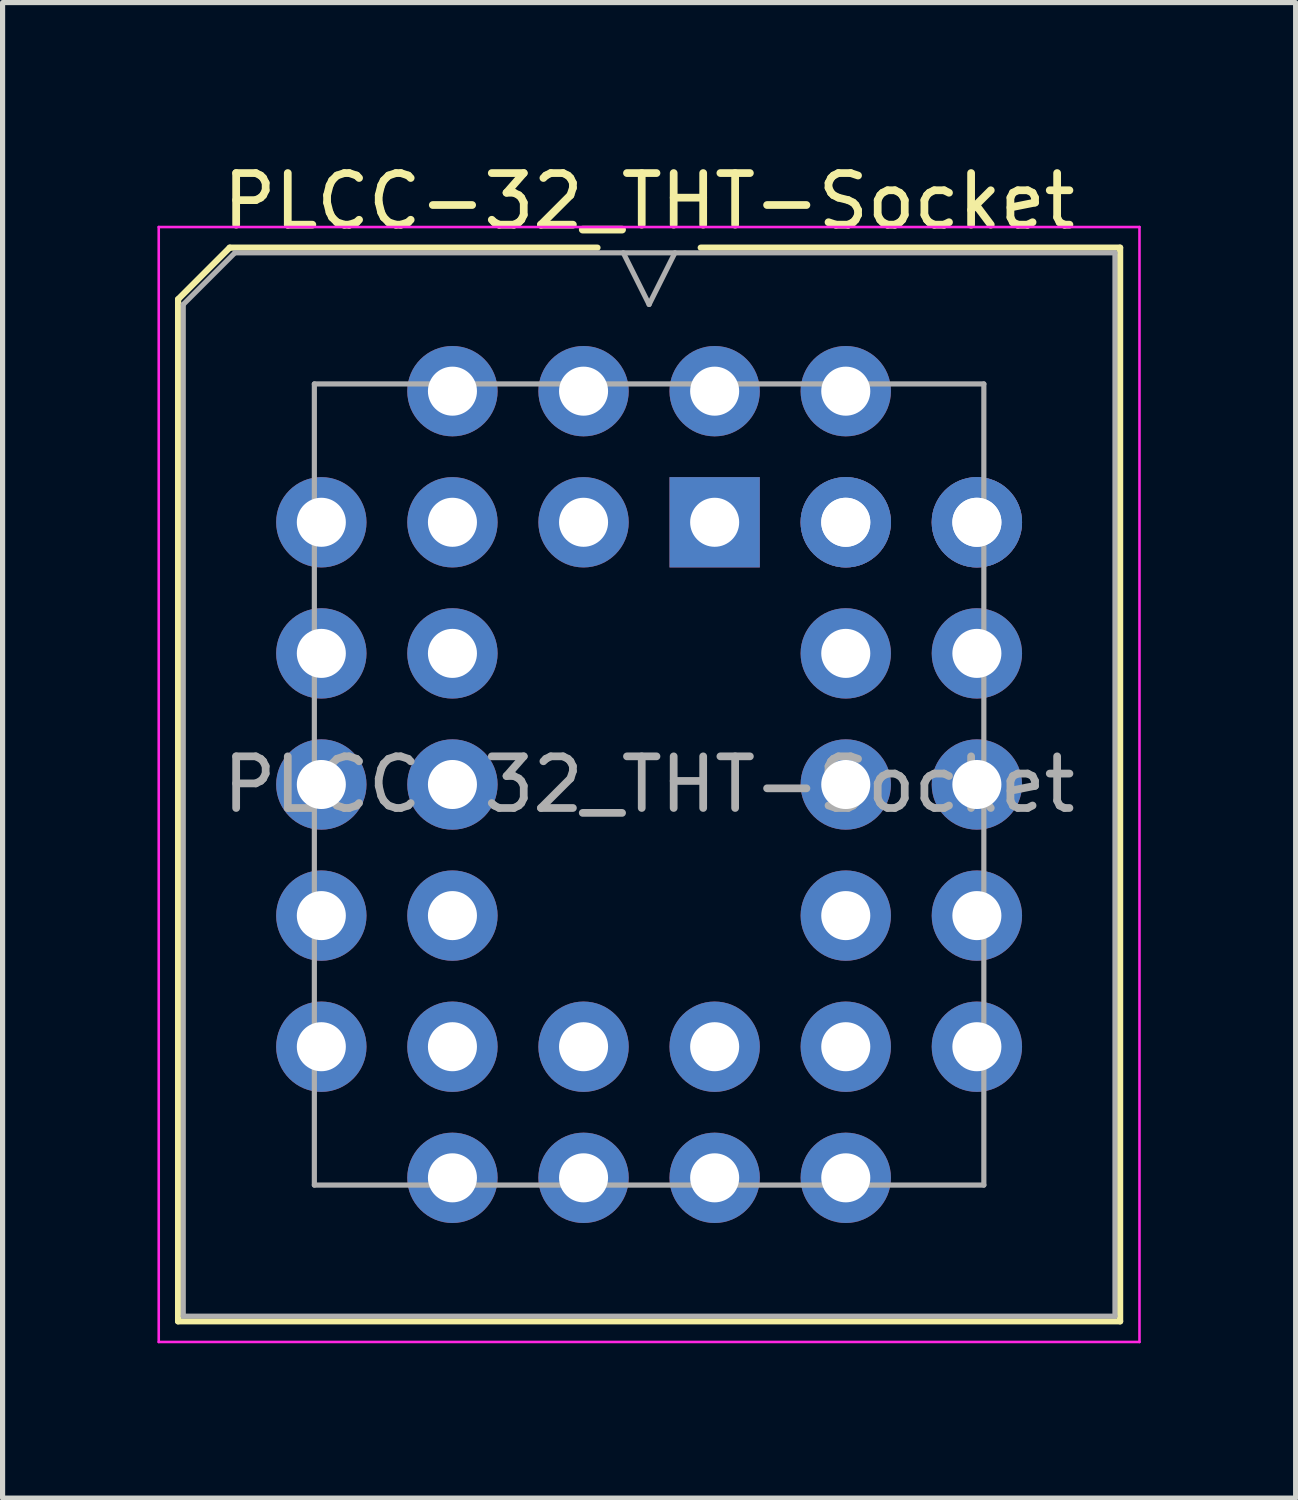
<source format=kicad_pcb>
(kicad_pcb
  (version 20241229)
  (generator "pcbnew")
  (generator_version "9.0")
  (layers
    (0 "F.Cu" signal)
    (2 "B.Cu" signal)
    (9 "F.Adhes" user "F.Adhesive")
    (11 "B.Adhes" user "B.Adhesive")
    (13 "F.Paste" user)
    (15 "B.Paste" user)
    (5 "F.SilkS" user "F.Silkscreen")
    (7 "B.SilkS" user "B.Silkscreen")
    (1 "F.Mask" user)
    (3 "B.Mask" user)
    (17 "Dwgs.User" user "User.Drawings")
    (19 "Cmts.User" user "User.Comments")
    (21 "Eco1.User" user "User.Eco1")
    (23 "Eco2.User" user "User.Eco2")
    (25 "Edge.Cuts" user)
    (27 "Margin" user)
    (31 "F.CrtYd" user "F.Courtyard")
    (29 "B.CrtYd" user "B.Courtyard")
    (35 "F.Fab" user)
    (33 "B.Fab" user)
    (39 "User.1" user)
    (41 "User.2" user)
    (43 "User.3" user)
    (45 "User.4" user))
  (footprint "PLCC-32_THT-Socket"
    (layer "F.Cu")
    (at 10.795 7.068)
    (property "Reference" "PLCC-32_THT-Socket" (at -1.27 -6.22 0) (layer "F.SilkS") (effects (font (size 1 1) (thickness 0.15))))
    (attr through_hole)
    (fp_line (start -10.395 -4.32) (end -10.395 15.48) (stroke (width 0.12) (type solid)) (layer "F.SilkS"))
    (fp_line (start -10.395 15.48) (end 7.855 15.48) (stroke (width 0.12) (type solid)) (layer "F.SilkS"))
    (fp_line (start -9.395 -5.32) (end -10.395 -4.32) (stroke (width 0.12) (type solid)) (layer "F.SilkS"))
    (fp_line (start -2.27 -5.32) (end -9.395 -5.32) (stroke (width 0.12) (type solid)) (layer "F.SilkS"))
    (fp_line (start 7.855 -5.32) (end -0.27 -5.32) (stroke (width 0.12) (type solid)) (layer "F.SilkS"))
    (fp_line (start 7.855 15.48) (end 7.855 -5.32) (stroke (width 0.12) (type solid)) (layer "F.SilkS"))
    (fp_line (start -10.77 -5.72) (end -10.77 15.88) (stroke (width 0.05) (type solid)) (layer "F.CrtYd"))
    (fp_line (start -10.77 15.88) (end 8.23 15.88) (stroke (width 0.05) (type solid)) (layer "F.CrtYd"))
    (fp_line (start 8.23 -5.72) (end -10.77 -5.72) (stroke (width 0.05) (type solid)) (layer "F.CrtYd"))
    (fp_line (start 8.23 15.88) (end 8.23 -5.72) (stroke (width 0.05) (type solid)) (layer "F.CrtYd"))
    (fp_line (start -10.295 -4.22) (end -10.295 15.38) (stroke (width 0.1) (type solid)) (layer "F.Fab"))
    (fp_line (start -10.295 15.38) (end 7.755 15.38) (stroke (width 0.1) (type solid)) (layer "F.Fab"))
    (fp_line (start -9.295 -5.22) (end -10.295 -4.22) (stroke (width 0.1) (type solid)) (layer "F.Fab"))
    (fp_line (start -7.755 -2.68) (end -7.755 12.84) (stroke (width 0.1) (type solid)) (layer "F.Fab"))
    (fp_line (start -7.755 12.84) (end 5.215 12.84) (stroke (width 0.1) (type solid)) (layer "F.Fab"))
    (fp_line (start -1.77 -5.22) (end -1.27 -4.22) (stroke (width 0.1) (type solid)) (layer "F.Fab"))
    (fp_line (start -1.27 -4.22) (end -0.77 -5.22) (stroke (width 0.1) (type solid)) (layer "F.Fab"))
    (fp_line (start 5.215 -2.68) (end -7.755 -2.68) (stroke (width 0.1) (type solid)) (layer "F.Fab"))
    (fp_line (start 5.215 12.84) (end 5.215 -2.68) (stroke (width 0.1) (type solid)) (layer "F.Fab"))
    (fp_line (start 7.755 -5.22) (end -9.295 -5.22) (stroke (width 0.1) (type solid)) (layer "F.Fab"))
    (fp_line (start 7.755 15.38) (end 7.755 -5.22) (stroke (width 0.1) (type solid)) (layer "F.Fab"))
    (fp_text user "${REFERENCE}" (at -1.27 5.08 0) (layer "F.Fab") (effects (font (size 1 1) (thickness 0.15))))
    (pad "1" thru_hole rect (at 0 0) (size 1.75 1.75) (drill 0.95) (layers "*.Cu" "*.Mask"))
    (pad "2" thru_hole circle (at -2.54 -2.54) (size 1.75 1.75) (drill 0.95) (layers "*.Cu" "*.Mask"))
    (pad "3" thru_hole circle (at -2.54 0) (size 1.75 1.75) (drill 0.95) (layers "*.Cu" "*.Mask"))
    (pad "4" thru_hole circle (at -5.08 -2.54) (size 1.75 1.75) (drill 0.95) (layers "*.Cu" "*.Mask"))
    (pad "5" thru_hole circle (at -7.62 0) (size 1.75 1.75) (drill 0.95) (layers "*.Cu" "*.Mask"))
    (pad "6" thru_hole circle (at -5.08 0) (size 1.75 1.75) (drill 0.95) (layers "*.Cu" "*.Mask"))
    (pad "7" thru_hole circle (at -7.62 2.54) (size 1.75 1.75) (drill 0.95) (layers "*.Cu" "*.Mask"))
    (pad "8" thru_hole circle (at -5.08 2.54) (size 1.75 1.75) (drill 0.95) (layers "*.Cu" "*.Mask"))
    (pad "9" thru_hole circle (at -7.62 5.08) (size 1.75 1.75) (drill 0.95) (layers "*.Cu" "*.Mask"))
    (pad "10" thru_hole circle (at -5.08 5.08) (size 1.75 1.75) (drill 0.95) (layers "*.Cu" "*.Mask"))
    (pad "11" thru_hole circle (at -7.62 7.62) (size 1.75 1.75) (drill 0.95) (layers "*.Cu" "*.Mask"))
    (pad "12" thru_hole circle (at -5.08 7.62) (size 1.75 1.75) (drill 0.95) (layers "*.Cu" "*.Mask"))
    (pad "13" thru_hole circle (at -7.62 10.16) (size 1.75 1.75) (drill 0.95) (layers "*.Cu" "*.Mask"))
    (pad "14" thru_hole circle (at -5.08 12.7) (size 1.75 1.75) (drill 0.95) (layers "*.Cu" "*.Mask"))
    (pad "15" thru_hole circle (at -5.08 10.16) (size 1.75 1.75) (drill 0.95) (layers "*.Cu" "*.Mask"))
    (pad "16" thru_hole circle (at -2.54 12.7) (size 1.75 1.75) (drill 0.95) (layers "*.Cu" "*.Mask"))
    (pad "17" thru_hole circle (at -2.54 10.16) (size 1.75 1.75) (drill 0.95) (layers "*.Cu" "*.Mask"))
    (pad "18" thru_hole circle (at 0 12.7) (size 1.75 1.75) (drill 0.95) (layers "*.Cu" "*.Mask"))
    (pad "19" thru_hole circle (at 0 10.16) (size 1.75 1.75) (drill 0.95) (layers "*.Cu" "*.Mask"))
    (pad "20" thru_hole circle (at 2.54 12.7) (size 1.75 1.75) (drill 0.95) (layers "*.Cu" "*.Mask"))
    (pad "21" thru_hole circle (at 5.08 10.16) (size 1.75 1.75) (drill 0.95) (layers "*.Cu" "*.Mask"))
    (pad "22" thru_hole circle (at 2.54 10.16) (size 1.75 1.75) (drill 0.95) (layers "*.Cu" "*.Mask"))
    (pad "23" thru_hole circle (at 5.08 7.62) (size 1.75 1.75) (drill 0.95) (layers "*.Cu" "*.Mask"))
    (pad "24" thru_hole circle (at 2.54 7.62) (size 1.75 1.75) (drill 0.95) (layers "*.Cu" "*.Mask"))
    (pad "25" thru_hole circle (at 5.08 5.08) (size 1.75 1.75) (drill 0.95) (layers "*.Cu" "*.Mask"))
    (pad "26" thru_hole circle (at 2.54 5.08) (size 1.75 1.75) (drill 0.95) (layers "*.Cu" "*.Mask"))
    (pad "27" thru_hole circle (at 5.08 2.54) (size 1.75 1.75) (drill 0.95) (layers "*.Cu" "*.Mask"))
    (pad "28" thru_hole circle (at 2.54 2.54) (size 1.75 1.75) (drill 0.95) (layers "*.Cu" "*.Mask"))
    (pad "29" thru_hole circle (at 5.08 0) (size 1.75 1.75) (drill 0.95) (layers "*.Cu" "*.Mask"))
    (pad "29" thru_hole circle (at 5.08 0) (size 1.75 1.75) (drill 0.95) (layers "*.Cu" "*.Mask"))
    (pad "30" thru_hole circle (at 2.54 -2.54) (size 1.75 1.75) (drill 0.95) (layers "*.Cu" "*.Mask"))
    (pad "31" thru_hole circle (at 2.54 0) (size 1.75 1.75) (drill 0.95) (layers "*.Cu" "*.Mask"))
    (pad "31" thru_hole circle (at 2.54 0) (size 1.75 1.75) (drill 0.95) (layers "*.Cu" "*.Mask"))
    (pad "32" thru_hole circle (at 0 -2.54) (size 1.75 1.75) (drill 0.95) (layers "*.Cu" "*.Mask")))
  (gr_rect
    (start -3 -3)
    (end 22.05 25.973)
    (stroke (width 0.1) (type default))
    (fill no)
    (layer "Edge.Cuts")))
</source>
